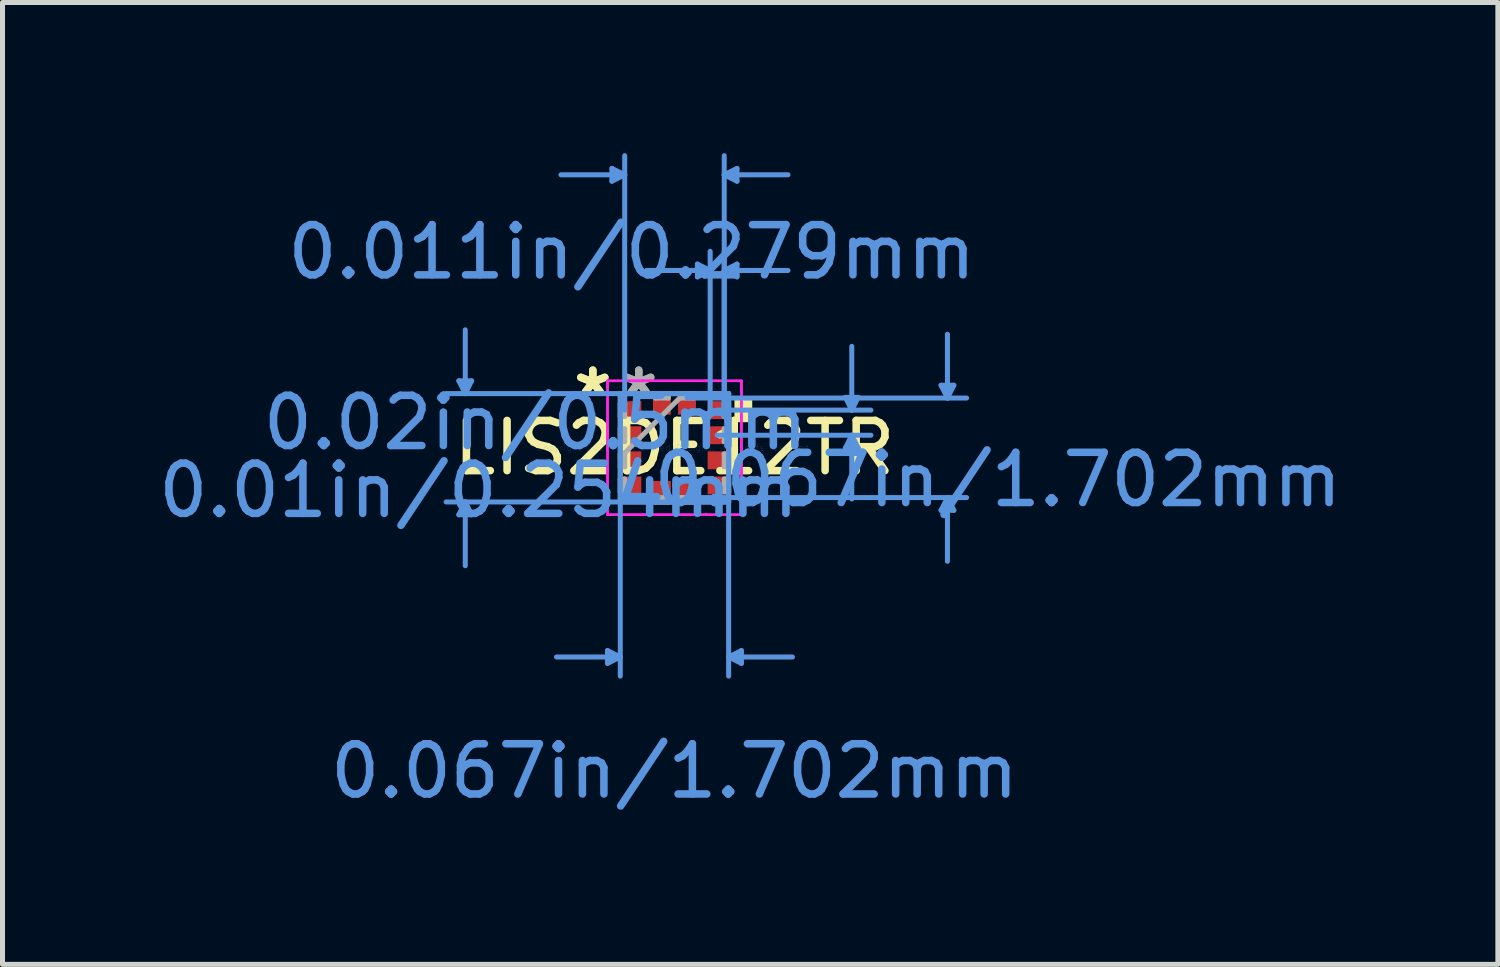
<source format=kicad_pcb>
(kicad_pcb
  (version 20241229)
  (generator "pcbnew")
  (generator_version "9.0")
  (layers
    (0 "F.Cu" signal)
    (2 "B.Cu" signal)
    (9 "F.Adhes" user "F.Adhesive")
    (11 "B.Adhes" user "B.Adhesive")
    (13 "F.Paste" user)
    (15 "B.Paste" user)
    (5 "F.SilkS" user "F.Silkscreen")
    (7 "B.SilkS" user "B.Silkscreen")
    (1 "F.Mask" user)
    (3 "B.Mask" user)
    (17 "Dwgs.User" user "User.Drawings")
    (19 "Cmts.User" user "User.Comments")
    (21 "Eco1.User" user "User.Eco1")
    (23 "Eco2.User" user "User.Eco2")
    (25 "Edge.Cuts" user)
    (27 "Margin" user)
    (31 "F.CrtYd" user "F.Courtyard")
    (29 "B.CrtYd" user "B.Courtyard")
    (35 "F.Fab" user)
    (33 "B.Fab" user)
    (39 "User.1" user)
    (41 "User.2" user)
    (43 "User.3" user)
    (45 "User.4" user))
  (footprint "LIS2DE12TR"
    (layer "F.Cu")
    (at 10.381 5.867)
    (property "Reference" "LIS2DE12TR" (at 0 0 0) (layer "F.SilkS") (effects (font (size 1 1) (thickness 0.15))))
    (attr through_hole)
    (fp_poly (pts (xy 1.499 -0.941) (xy 1.499 -0.56) (xy 1.245 -0.56) (xy 1.245 -0.941)) (stroke (width 0.1) (type solid)) (fill yes) (layer "F.SilkS"))
    (fp_line (start -4.293 -1.333) (end -4.039 -1.333) (stroke (width 0.1) (type solid)) (layer "Cmts.User"))
    (fp_line (start -4.293 1.333) (end -4.039 1.333) (stroke (width 0.1) (type solid)) (layer "Cmts.User"))
    (fp_line (start -4.166 -1.079) (end -4.293 -1.333) (stroke (width 0.1) (type solid)) (layer "Cmts.User"))
    (fp_line (start -4.166 -1.079) (end -4.166 -2.349) (stroke (width 0.1) (type solid)) (layer "Cmts.User"))
    (fp_line (start -4.166 -1.079) (end -4.039 -1.333) (stroke (width 0.1) (type solid)) (layer "Cmts.User"))
    (fp_line (start -4.166 1.079) (end -4.293 1.333) (stroke (width 0.1) (type solid)) (layer "Cmts.User"))
    (fp_line (start -4.166 1.079) (end -4.166 2.349) (stroke (width 0.1) (type solid)) (layer "Cmts.User"))
    (fp_line (start -4.166 1.079) (end -4.039 1.333) (stroke (width 0.1) (type solid)) (layer "Cmts.User"))
    (fp_line (start -1.333 4.039) (end -1.333 4.293) (stroke (width 0.1) (type solid)) (layer "Cmts.User"))
    (fp_line (start -1.245 -5.563) (end -1.245 -5.309) (stroke (width 0.1) (type solid)) (layer "Cmts.User"))
    (fp_line (start -1.079 -1.079) (end -1.079 4.547) (stroke (width 0.1) (type solid)) (layer "Cmts.User"))
    (fp_line (start -1.079 4.166) (end -2.349 4.166) (stroke (width 0.1) (type solid)) (layer "Cmts.User"))
    (fp_line (start -1.079 4.166) (end -1.333 4.039) (stroke (width 0.1) (type solid)) (layer "Cmts.User"))
    (fp_line (start -1.079 4.166) (end -1.333 4.293) (stroke (width 0.1) (type solid)) (layer "Cmts.User"))
    (fp_line (start -0.991 -5.436) (end -2.261 -5.436) (stroke (width 0.1) (type solid)) (layer "Cmts.User"))
    (fp_line (start -0.991 -5.436) (end -1.245 -5.563) (stroke (width 0.1) (type solid)) (layer "Cmts.User"))
    (fp_line (start -0.991 -5.436) (end -1.245 -5.309) (stroke (width 0.1) (type solid)) (layer "Cmts.User"))
    (fp_line (start -0.991 -0.75) (end -0.991 -5.817) (stroke (width 0.1) (type solid)) (layer "Cmts.User"))
    (fp_line (start 0.25 -0.991) (end 5.817 -0.991) (stroke (width 0.1) (type solid)) (layer "Cmts.User"))
    (fp_line (start 0.25 0.991) (end 5.817 0.991) (stroke (width 0.1) (type solid)) (layer "Cmts.User"))
    (fp_line (start 0.457 -3.658) (end 0.457 -3.404) (stroke (width 0.1) (type solid)) (layer "Cmts.User"))
    (fp_line (start 0.711 -3.531) (end -0.559 -3.531) (stroke (width 0.1) (type solid)) (layer "Cmts.User"))
    (fp_line (start 0.711 -3.531) (end 0.457 -3.658) (stroke (width 0.1) (type solid)) (layer "Cmts.User"))
    (fp_line (start 0.711 -3.531) (end 0.457 -3.404) (stroke (width 0.1) (type solid)) (layer "Cmts.User"))
    (fp_line (start 0.711 -0.75) (end 0.711 -3.912) (stroke (width 0.1) (type solid)) (layer "Cmts.User"))
    (fp_line (start 0.851 -0.75) (end 3.912 -0.75) (stroke (width 0.1) (type solid)) (layer "Cmts.User"))
    (fp_line (start 0.851 -0.25) (end 3.912 -0.25) (stroke (width 0.1) (type solid)) (layer "Cmts.User"))
    (fp_line (start 0.991 -5.436) (end 1.245 -5.563) (stroke (width 0.1) (type solid)) (layer "Cmts.User"))
    (fp_line (start 0.991 -5.436) (end 1.245 -5.309) (stroke (width 0.1) (type solid)) (layer "Cmts.User"))
    (fp_line (start 0.991 -5.436) (end 2.261 -5.436) (stroke (width 0.1) (type solid)) (layer "Cmts.User"))
    (fp_line (start 0.991 -3.531) (end 1.245 -3.658) (stroke (width 0.1) (type solid)) (layer "Cmts.User"))
    (fp_line (start 0.991 -3.531) (end 1.245 -3.404) (stroke (width 0.1) (type solid)) (layer "Cmts.User"))
    (fp_line (start 0.991 -3.531) (end 2.261 -3.531) (stroke (width 0.1) (type solid)) (layer "Cmts.User"))
    (fp_line (start 0.991 -0.75) (end 0.991 -5.817) (stroke (width 0.1) (type solid)) (layer "Cmts.User"))
    (fp_line (start 0.991 -0.75) (end 0.991 -3.912) (stroke (width 0.1) (type solid)) (layer "Cmts.User"))
    (fp_line (start 1.079 -1.079) (end -4.547 -1.079) (stroke (width 0.1) (type solid)) (layer "Cmts.User"))
    (fp_line (start 1.079 -1.079) (end 1.079 4.547) (stroke (width 0.1) (type solid)) (layer "Cmts.User"))
    (fp_line (start 1.079 1.079) (end -4.547 1.079) (stroke (width 0.1) (type solid)) (layer "Cmts.User"))
    (fp_line (start 1.079 4.166) (end 1.333 4.039) (stroke (width 0.1) (type solid)) (layer "Cmts.User"))
    (fp_line (start 1.079 4.166) (end 1.333 4.293) (stroke (width 0.1) (type solid)) (layer "Cmts.User"))
    (fp_line (start 1.079 4.166) (end 2.349 4.166) (stroke (width 0.1) (type solid)) (layer "Cmts.User"))
    (fp_line (start 1.245 -5.563) (end 1.245 -5.309) (stroke (width 0.1) (type solid)) (layer "Cmts.User"))
    (fp_line (start 1.245 -3.658) (end 1.245 -3.404) (stroke (width 0.1) (type solid)) (layer "Cmts.User"))
    (fp_line (start 1.333 4.039) (end 1.333 4.293) (stroke (width 0.1) (type solid)) (layer "Cmts.User"))
    (fp_line (start 3.404 -1.004) (end 3.658 -1.004) (stroke (width 0.1) (type solid)) (layer "Cmts.User"))
    (fp_line (start 3.404 0.004) (end 3.658 0.004) (stroke (width 0.1) (type solid)) (layer "Cmts.User"))
    (fp_line (start 3.531 -0.75) (end 3.404 -1.004) (stroke (width 0.1) (type solid)) (layer "Cmts.User"))
    (fp_line (start 3.531 -0.75) (end 3.531 -2.02) (stroke (width 0.1) (type solid)) (layer "Cmts.User"))
    (fp_line (start 3.531 -0.75) (end 3.658 -1.004) (stroke (width 0.1) (type solid)) (layer "Cmts.User"))
    (fp_line (start 3.531 -0.25) (end 3.404 0.004) (stroke (width 0.1) (type solid)) (layer "Cmts.User"))
    (fp_line (start 3.531 -0.25) (end 3.531 1.02) (stroke (width 0.1) (type solid)) (layer "Cmts.User"))
    (fp_line (start 3.531 -0.25) (end 3.658 0.004) (stroke (width 0.1) (type solid)) (layer "Cmts.User"))
    (fp_line (start 5.309 -1.245) (end 5.563 -1.245) (stroke (width 0.1) (type solid)) (layer "Cmts.User"))
    (fp_line (start 5.309 1.245) (end 5.563 1.245) (stroke (width 0.1) (type solid)) (layer "Cmts.User"))
    (fp_line (start 5.436 -0.991) (end 5.309 -1.245) (stroke (width 0.1) (type solid)) (layer "Cmts.User"))
    (fp_line (start 5.436 -0.991) (end 5.436 -2.261) (stroke (width 0.1) (type solid)) (layer "Cmts.User"))
    (fp_line (start 5.436 -0.991) (end 5.563 -1.245) (stroke (width 0.1) (type solid)) (layer "Cmts.User"))
    (fp_line (start 5.436 0.991) (end 5.309 1.245) (stroke (width 0.1) (type solid)) (layer "Cmts.User"))
    (fp_line (start 5.436 0.991) (end 5.436 2.261) (stroke (width 0.1) (type solid)) (layer "Cmts.User"))
    (fp_line (start 5.436 0.991) (end 5.563 1.245) (stroke (width 0.1) (type solid)) (layer "Cmts.User"))
    (fp_line (start -1.333 -1.333) (end -0.631 -1.333) (stroke (width 0.05) (type solid)) (layer "F.CrtYd"))
    (fp_line (start -1.333 -1.333) (end -0.631 -1.333) (stroke (width 0.05) (type solid)) (layer "F.CrtYd"))
    (fp_line (start -1.333 -1.131) (end -1.333 -1.333) (stroke (width 0.05) (type solid)) (layer "F.CrtYd"))
    (fp_line (start -1.333 -1.131) (end -1.333 -1.333) (stroke (width 0.05) (type solid)) (layer "F.CrtYd"))
    (fp_line (start -1.333 -1.131) (end -1.333 -1.131) (stroke (width 0.05) (type solid)) (layer "F.CrtYd"))
    (fp_line (start -1.333 -1.131) (end -1.333 -1.131) (stroke (width 0.05) (type solid)) (layer "F.CrtYd"))
    (fp_line (start -1.333 1.131) (end -1.333 -1.131) (stroke (width 0.05) (type solid)) (layer "F.CrtYd"))
    (fp_line (start -1.333 1.131) (end -1.333 -1.131) (stroke (width 0.05) (type solid)) (layer "F.CrtYd"))
    (fp_line (start -1.333 1.131) (end -1.333 1.131) (stroke (width 0.05) (type solid)) (layer "F.CrtYd"))
    (fp_line (start -1.333 1.131) (end -1.333 1.131) (stroke (width 0.05) (type solid)) (layer "F.CrtYd"))
    (fp_line (start -1.333 1.333) (end -1.333 1.131) (stroke (width 0.05) (type solid)) (layer "F.CrtYd"))
    (fp_line (start -1.333 1.333) (end -1.333 1.131) (stroke (width 0.05) (type solid)) (layer "F.CrtYd"))
    (fp_line (start -0.631 -1.333) (end -0.631 -1.333) (stroke (width 0.05) (type solid)) (layer "F.CrtYd"))
    (fp_line (start -0.631 -1.333) (end -0.631 -1.333) (stroke (width 0.05) (type solid)) (layer "F.CrtYd"))
    (fp_line (start -0.631 -1.333) (end 0.631 -1.333) (stroke (width 0.05) (type solid)) (layer "F.CrtYd"))
    (fp_line (start -0.631 -1.333) (end 0.631 -1.333) (stroke (width 0.05) (type solid)) (layer "F.CrtYd"))
    (fp_line (start -0.631 1.333) (end -1.333 1.333) (stroke (width 0.05) (type solid)) (layer "F.CrtYd"))
    (fp_line (start -0.631 1.333) (end -1.333 1.333) (stroke (width 0.05) (type solid)) (layer "F.CrtYd"))
    (fp_line (start -0.631 1.333) (end -0.631 1.333) (stroke (width 0.05) (type solid)) (layer "F.CrtYd"))
    (fp_line (start -0.631 1.333) (end -0.631 1.333) (stroke (width 0.05) (type solid)) (layer "F.CrtYd"))
    (fp_line (start 0.631 -1.333) (end 0.631 -1.333) (stroke (width 0.05) (type solid)) (layer "F.CrtYd"))
    (fp_line (start 0.631 -1.333) (end 0.631 -1.333) (stroke (width 0.05) (type solid)) (layer "F.CrtYd"))
    (fp_line (start 0.631 -1.333) (end 1.333 -1.333) (stroke (width 0.05) (type solid)) (layer "F.CrtYd"))
    (fp_line (start 0.631 -1.333) (end 1.333 -1.333) (stroke (width 0.05) (type solid)) (layer "F.CrtYd"))
    (fp_line (start 0.631 1.333) (end -0.631 1.333) (stroke (width 0.05) (type solid)) (layer "F.CrtYd"))
    (fp_line (start 0.631 1.333) (end -0.631 1.333) (stroke (width 0.05) (type solid)) (layer "F.CrtYd"))
    (fp_line (start 0.631 1.333) (end 0.631 1.333) (stroke (width 0.05) (type solid)) (layer "F.CrtYd"))
    (fp_line (start 0.631 1.333) (end 0.631 1.333) (stroke (width 0.05) (type solid)) (layer "F.CrtYd"))
    (fp_line (start 1.333 -1.333) (end 1.333 -1.131) (stroke (width 0.05) (type solid)) (layer "F.CrtYd"))
    (fp_line (start 1.333 -1.333) (end 1.333 -1.131) (stroke (width 0.05) (type solid)) (layer "F.CrtYd"))
    (fp_line (start 1.333 -1.131) (end 1.333 -1.131) (stroke (width 0.05) (type solid)) (layer "F.CrtYd"))
    (fp_line (start 1.333 -1.131) (end 1.333 -1.131) (stroke (width 0.05) (type solid)) (layer "F.CrtYd"))
    (fp_line (start 1.333 -1.131) (end 1.333 1.131) (stroke (width 0.05) (type solid)) (layer "F.CrtYd"))
    (fp_line (start 1.333 -1.131) (end 1.333 1.131) (stroke (width 0.05) (type solid)) (layer "F.CrtYd"))
    (fp_line (start 1.333 1.131) (end 1.333 1.131) (stroke (width 0.05) (type solid)) (layer "F.CrtYd"))
    (fp_line (start 1.333 1.131) (end 1.333 1.131) (stroke (width 0.05) (type solid)) (layer "F.CrtYd"))
    (fp_line (start 1.333 1.131) (end 1.333 1.333) (stroke (width 0.05) (type solid)) (layer "F.CrtYd"))
    (fp_line (start 1.333 1.131) (end 1.333 1.333) (stroke (width 0.05) (type solid)) (layer "F.CrtYd"))
    (fp_line (start 1.333 1.333) (end 0.631 1.333) (stroke (width 0.05) (type solid)) (layer "F.CrtYd"))
    (fp_line (start 1.333 1.333) (end 0.631 1.333) (stroke (width 0.05) (type solid)) (layer "F.CrtYd"))
    (fp_line (start -1.079 -1.079) (end -1.079 -1.079) (stroke (width 0.1) (type solid)) (layer "F.Fab"))
    (fp_line (start -1.079 -1.079) (end -1.079 1.079) (stroke (width 0.1) (type solid)) (layer "F.Fab"))
    (fp_line (start -1.079 -0.877) (end -0.991 -0.877) (stroke (width 0.1) (type solid)) (layer "F.Fab"))
    (fp_line (start -1.079 -0.623) (end -1.079 -0.877) (stroke (width 0.1) (type solid)) (layer "F.Fab"))
    (fp_line (start -1.079 -0.377) (end -0.991 -0.377) (stroke (width 0.1) (type solid)) (layer "F.Fab"))
    (fp_line (start -1.079 -0.123) (end -1.079 -0.377) (stroke (width 0.1) (type solid)) (layer "F.Fab"))
    (fp_line (start -1.079 0.123) (end -0.991 0.123) (stroke (width 0.1) (type solid)) (layer "F.Fab"))
    (fp_line (start -1.079 0.191) (end 0.191 -1.079) (stroke (width 0.1) (type solid)) (layer "F.Fab"))
    (fp_line (start -1.079 0.377) (end -1.079 0.123) (stroke (width 0.1) (type solid)) (layer "F.Fab"))
    (fp_line (start -1.079 0.623) (end -0.991 0.623) (stroke (width 0.1) (type solid)) (layer "F.Fab"))
    (fp_line (start -1.079 0.877) (end -1.079 0.623) (stroke (width 0.1) (type solid)) (layer "F.Fab"))
    (fp_line (start -1.079 1.079) (end -1.079 1.079) (stroke (width 0.1) (type solid)) (layer "F.Fab"))
    (fp_line (start -1.079 1.079) (end 1.079 1.079) (stroke (width 0.1) (type solid)) (layer "F.Fab"))
    (fp_line (start -0.991 -0.877) (end -0.991 -0.623) (stroke (width 0.1) (type solid)) (layer "F.Fab"))
    (fp_line (start -0.991 -0.623) (end -1.079 -0.623) (stroke (width 0.1) (type solid)) (layer "F.Fab"))
    (fp_line (start -0.991 -0.377) (end -0.991 -0.123) (stroke (width 0.1) (type solid)) (layer "F.Fab"))
    (fp_line (start -0.991 -0.123) (end -1.079 -0.123) (stroke (width 0.1) (type solid)) (layer "F.Fab"))
    (fp_line (start -0.991 0.123) (end -0.991 0.377) (stroke (width 0.1) (type solid)) (layer "F.Fab"))
    (fp_line (start -0.991 0.377) (end -1.079 0.377) (stroke (width 0.1) (type solid)) (layer "F.Fab"))
    (fp_line (start -0.991 0.623) (end -0.991 0.877) (stroke (width 0.1) (type solid)) (layer "F.Fab"))
    (fp_line (start -0.991 0.877) (end -1.079 0.877) (stroke (width 0.1) (type solid)) (layer "F.Fab"))
    (fp_line (start -0.377 -1.079) (end -0.123 -1.079) (stroke (width 0.1) (type solid)) (layer "F.Fab"))
    (fp_line (start -0.377 -0.991) (end -0.377 -1.079) (stroke (width 0.1) (type solid)) (layer "F.Fab"))
    (fp_line (start -0.377 0.991) (end -0.123 0.991) (stroke (width 0.1) (type solid)) (layer "F.Fab"))
    (fp_line (start -0.377 1.079) (end -0.377 0.991) (stroke (width 0.1) (type solid)) (layer "F.Fab"))
    (fp_line (start -0.123 -1.079) (end -0.123 -0.991) (stroke (width 0.1) (type solid)) (layer "F.Fab"))
    (fp_line (start -0.123 -0.991) (end -0.377 -0.991) (stroke (width 0.1) (type solid)) (layer "F.Fab"))
    (fp_line (start -0.123 0.991) (end -0.123 1.079) (stroke (width 0.1) (type solid)) (layer "F.Fab"))
    (fp_line (start -0.123 1.079) (end -0.377 1.079) (stroke (width 0.1) (type solid)) (layer "F.Fab"))
    (fp_line (start 0.123 -1.079) (end 0.377 -1.079) (stroke (width 0.1) (type solid)) (layer "F.Fab"))
    (fp_line (start 0.123 -0.991) (end 0.123 -1.079) (stroke (width 0.1) (type solid)) (layer "F.Fab"))
    (fp_line (start 0.123 0.991) (end 0.377 0.991) (stroke (width 0.1) (type solid)) (layer "F.Fab"))
    (fp_line (start 0.123 1.079) (end 0.123 0.991) (stroke (width 0.1) (type solid)) (layer "F.Fab"))
    (fp_line (start 0.377 -1.079) (end 0.377 -0.991) (stroke (width 0.1) (type solid)) (layer "F.Fab"))
    (fp_line (start 0.377 -0.991) (end 0.123 -0.991) (stroke (width 0.1) (type solid)) (layer "F.Fab"))
    (fp_line (start 0.377 0.991) (end 0.377 1.079) (stroke (width 0.1) (type solid)) (layer "F.Fab"))
    (fp_line (start 0.377 1.079) (end 0.123 1.079) (stroke (width 0.1) (type solid)) (layer "F.Fab"))
    (fp_line (start 0.991 -0.877) (end 1.079 -0.877) (stroke (width 0.1) (type solid)) (layer "F.Fab"))
    (fp_line (start 0.991 -0.623) (end 0.991 -0.877) (stroke (width 0.1) (type solid)) (layer "F.Fab"))
    (fp_line (start 0.991 -0.377) (end 1.079 -0.377) (stroke (width 0.1) (type solid)) (layer "F.Fab"))
    (fp_line (start 0.991 -0.123) (end 0.991 -0.377) (stroke (width 0.1) (type solid)) (layer "F.Fab"))
    (fp_line (start 0.991 0.123) (end 1.079 0.123) (stroke (width 0.1) (type solid)) (layer "F.Fab"))
    (fp_line (start 0.991 0.377) (end 0.991 0.123) (stroke (width 0.1) (type solid)) (layer "F.Fab"))
    (fp_line (start 0.991 0.623) (end 1.079 0.623) (stroke (width 0.1) (type solid)) (layer "F.Fab"))
    (fp_line (start 0.991 0.877) (end 0.991 0.623) (stroke (width 0.1) (type solid)) (layer "F.Fab"))
    (fp_line (start 1.079 -1.079) (end -1.079 -1.079) (stroke (width 0.1) (type solid)) (layer "F.Fab"))
    (fp_line (start 1.079 -1.079) (end 1.079 -1.079) (stroke (width 0.1) (type solid)) (layer "F.Fab"))
    (fp_line (start 1.079 -0.877) (end 1.079 -0.623) (stroke (width 0.1) (type solid)) (layer "F.Fab"))
    (fp_line (start 1.079 -0.623) (end 0.991 -0.623) (stroke (width 0.1) (type solid)) (layer "F.Fab"))
    (fp_line (start 1.079 -0.377) (end 1.079 -0.123) (stroke (width 0.1) (type solid)) (layer "F.Fab"))
    (fp_line (start 1.079 -0.123) (end 0.991 -0.123) (stroke (width 0.1) (type solid)) (layer "F.Fab"))
    (fp_line (start 1.079 0.123) (end 1.079 0.377) (stroke (width 0.1) (type solid)) (layer "F.Fab"))
    (fp_line (start 1.079 0.377) (end 0.991 0.377) (stroke (width 0.1) (type solid)) (layer "F.Fab"))
    (fp_line (start 1.079 0.623) (end 1.079 0.877) (stroke (width 0.1) (type solid)) (layer "F.Fab"))
    (fp_line (start 1.079 0.877) (end 0.991 0.877) (stroke (width 0.1) (type solid)) (layer "F.Fab"))
    (fp_line (start 1.079 1.079) (end 1.079 -1.079) (stroke (width 0.1) (type solid)) (layer "F.Fab"))
    (fp_line (start 1.079 1.079) (end 1.079 1.079) (stroke (width 0.1) (type solid)) (layer "F.Fab"))
    (fp_text user "*" (at -1.626 -1 0) (layer "F.SilkS") (effects (font (size 1 1) (thickness 0.15))))
    (fp_text user "*" (at -1.626 -1 0) (layer "F.SilkS") (effects (font (size 1 1) (thickness 0.15))))
    (fp_text user "0.067in/1.702mm" (at 6.439 0.635 0) (layer "Cmts.User") (effects (font (size 1 1) (thickness 0.15))))
    (fp_text user "0.02in/0.5mm" (at -2.769 -0.5 0) (layer "Cmts.User") (effects (font (size 1 1) (thickness 0.15))))
    (fp_text user "0.011in/0.279mm" (at -0.851 -3.899 0) (layer "Cmts.User") (effects (font (size 1 1) (thickness 0.15))))
    (fp_text user "0.067in/1.702mm" (at 0 6.439 0) (layer "Cmts.User") (effects (font (size 1 1) (thickness 0.15))))
    (fp_text user "0.01in/0.254mm" (at -3.899 0.851 0) (layer "Cmts.User") (effects (font (size 1 1) (thickness 0.15))))
    (fp_text user "Copyright 2021 Accelerated Designs. All rights reserved." (at 0 0 0) (layer "Cmts.User") (effects (font (size 0.127 0.127) (thickness 0.002))))
    (fp_text user "*" (at -0.711 -1 0) (layer "F.Fab") (effects (font (size 1 1) (thickness 0.15))))
    (fp_text user "*" (at -0.711 -1 0) (layer "F.Fab") (effects (font (size 1 1) (thickness 0.15))))
    (pad "1" smd rect (at -0.851 -0.75 90) (size 0.356 0.381) (layers "F.Cu" "F.Mask" "F.Paste"))
    (pad "2" smd rect (at -0.851 -0.25 90) (size 0.356 0.381) (layers "F.Cu" "F.Mask" "F.Paste"))
    (pad "3" smd rect (at -0.851 0.25 90) (size 0.356 0.381) (layers "F.Cu" "F.Mask" "F.Paste"))
    (pad "4" smd rect (at -0.851 0.75 90) (size 0.356 0.381) (layers "F.Cu" "F.Mask" "F.Paste"))
    (pad "5" smd rect (at -0.25 0.851) (size 0.356 0.381) (layers "F.Cu" "F.Mask" "F.Paste"))
    (pad "6" smd rect (at 0.25 0.851) (size 0.356 0.381) (layers "F.Cu" "F.Mask" "F.Paste"))
    (pad "7" smd rect (at 0.851 0.75 90) (size 0.356 0.381) (layers "F.Cu" "F.Mask" "F.Paste"))
    (pad "8" smd rect (at 0.851 0.25 90) (size 0.356 0.381) (layers "F.Cu" "F.Mask" "F.Paste"))
    (pad "9" smd rect (at 0.851 -0.25 90) (size 0.356 0.381) (layers "F.Cu" "F.Mask" "F.Paste"))
    (pad "10" smd rect (at 0.851 -0.75 90) (size 0.356 0.381) (layers "F.Cu" "F.Mask" "F.Paste"))
    (pad "11" smd rect (at 0.25 -0.851) (size 0.356 0.381) (layers "F.Cu" "F.Mask" "F.Paste"))
    (pad "12" smd rect (at -0.25 -0.851) (size 0.356 0.381) (layers "F.Cu" "F.Mask" "F.Paste")))
  (gr_rect
    (start -3 -3)
    (end 26.778 16.154)
    (stroke (width 0.1) (type default))
    (fill no)
    (layer "Edge.Cuts")))
</source>
